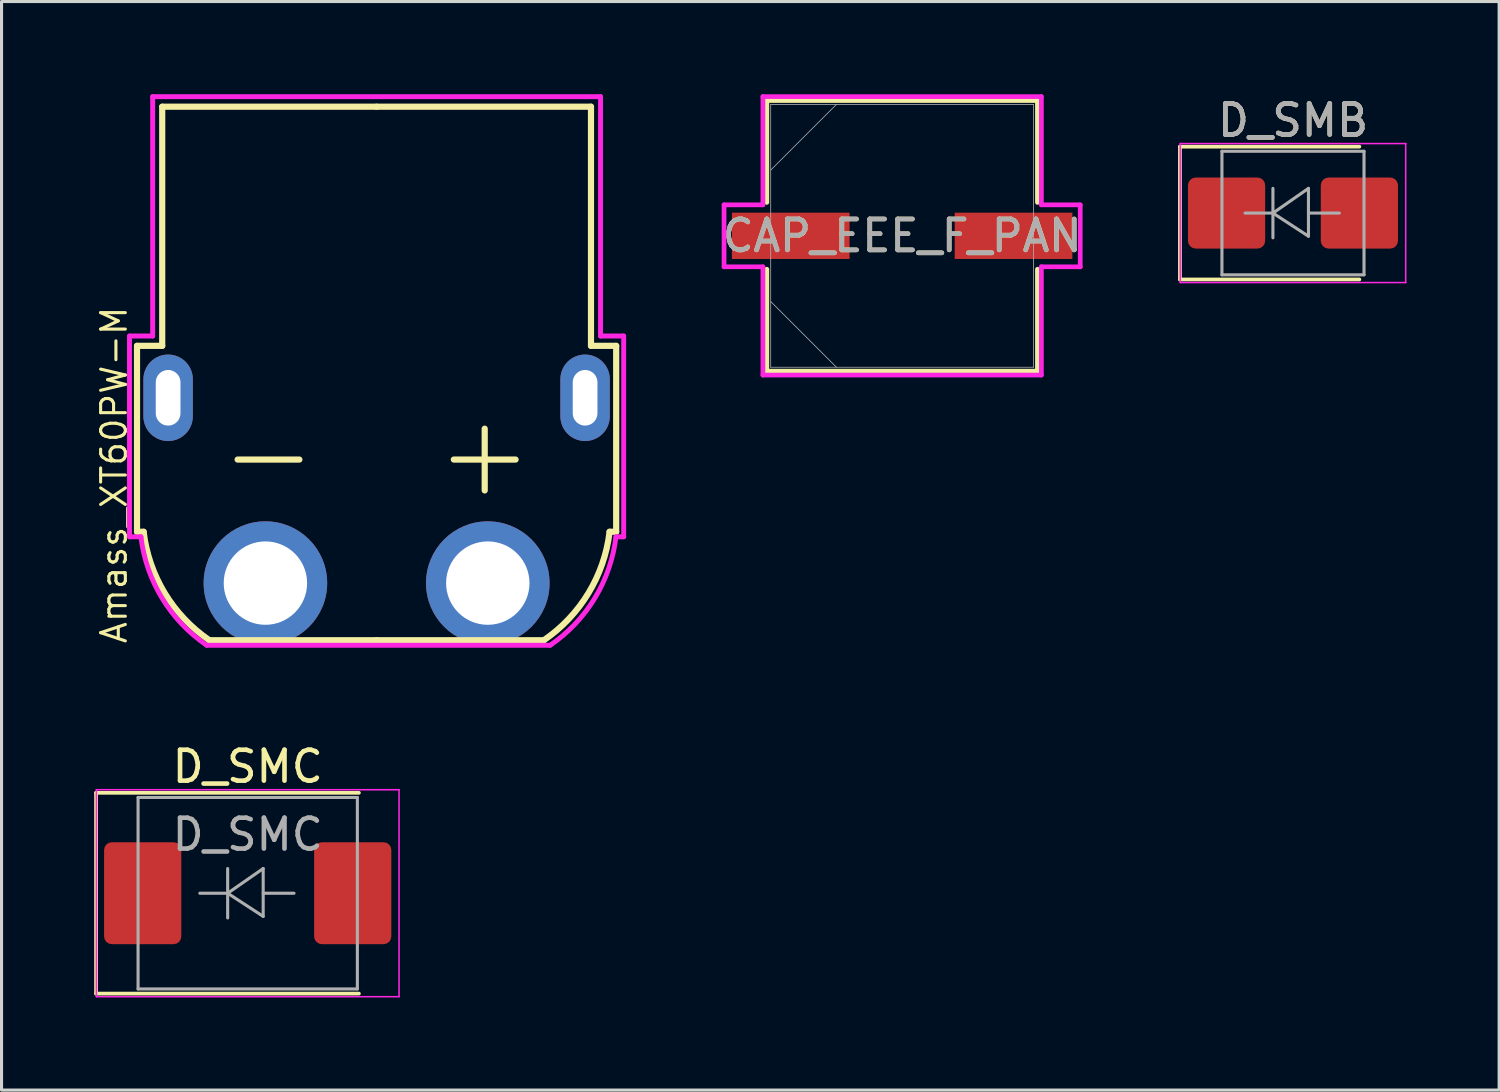
<source format=kicad_pcb>
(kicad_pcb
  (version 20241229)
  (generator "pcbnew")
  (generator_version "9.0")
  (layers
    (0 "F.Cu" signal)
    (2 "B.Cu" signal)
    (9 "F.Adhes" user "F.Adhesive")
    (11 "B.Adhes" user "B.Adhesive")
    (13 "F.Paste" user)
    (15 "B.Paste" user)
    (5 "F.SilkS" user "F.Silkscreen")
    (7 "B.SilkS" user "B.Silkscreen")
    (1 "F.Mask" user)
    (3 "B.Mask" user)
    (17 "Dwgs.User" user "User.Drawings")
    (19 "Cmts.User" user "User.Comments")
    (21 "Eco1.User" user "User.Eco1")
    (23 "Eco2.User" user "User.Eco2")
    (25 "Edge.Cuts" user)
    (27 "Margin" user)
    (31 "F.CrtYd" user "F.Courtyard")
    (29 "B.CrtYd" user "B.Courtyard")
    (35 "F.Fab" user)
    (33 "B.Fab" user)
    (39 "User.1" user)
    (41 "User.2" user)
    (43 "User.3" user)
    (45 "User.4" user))
  (footprint "Amass_XT60PW-M"
    (layer "F.Cu")
    (at 9.143 15.829)
    (property "Reference" "Amass_XT60PW-M" (at -8.5 -3.5 90) (layer "F.SilkS") (effects (font (size 0.8 0.8) (thickness 0.1))))
    (attr through_hole)
    (fp_line (start -7.757 -7.682) (end -7.757 -1.662) (stroke (width 0.2) (type solid)) (layer "F.SilkS"))
    (fp_line (start -7.757 -1.662) (end -7.543 -1.662) (stroke (width 0.2) (type solid)) (layer "F.SilkS"))
    (fp_line (start -6.941 -15.424) (end -6.941 -7.682) (stroke (width 0.2) (type solid)) (layer "F.SilkS"))
    (fp_line (start -6.941 -15.424) (end 0 -15.424) (stroke (width 0.2) (type solid)) (layer "F.SilkS"))
    (fp_line (start -6.941 -7.682) (end -7.757 -7.682) (stroke (width 0.2) (type solid)) (layer "F.SilkS"))
    (fp_line (start -5.413 1.85) (end 0 1.85) (stroke (width 0.2) (type solid)) (layer "F.SilkS"))
    (fp_line (start -4.5 -4) (end -2.5 -4) (stroke (width 0.2) (type solid)) (layer "F.SilkS"))
    (fp_line (start 2.5 -4) (end 4.5 -4) (stroke (width 0.2) (type solid)) (layer "F.SilkS"))
    (fp_line (start 3.5 -5) (end 3.5 -3) (stroke (width 0.2) (type solid)) (layer "F.SilkS"))
    (fp_line (start 5.413 1.85) (end 0 1.85) (stroke (width 0.2) (type solid)) (layer "F.SilkS"))
    (fp_line (start 6.941 -15.424) (end 0 -15.424) (stroke (width 0.2) (type solid)) (layer "F.SilkS"))
    (fp_line (start 6.941 -15.424) (end 6.941 -7.682) (stroke (width 0.2) (type solid)) (layer "F.SilkS"))
    (fp_line (start 6.941 -7.682) (end 7.757 -7.682) (stroke (width 0.2) (type solid)) (layer "F.SilkS"))
    (fp_line (start 7.757 -7.682) (end 7.757 -1.662) (stroke (width 0.2) (type solid)) (layer "F.SilkS"))
    (fp_line (start 7.757 -1.662) (end 7.543 -1.662) (stroke (width 0.2) (type solid)) (layer "F.SilkS"))
    (fp_arc (start -5.413054 1.85) (mid -6.858863 0.324953) (end -7.543269 -1.661935) (stroke (width 0.2) (type solid)) (layer "F.SilkS"))
    (fp_arc (start 7.543269 -1.661935) (mid 6.858863 0.324952) (end 5.413054 1.85) (stroke (width 0.2) (type solid)) (layer "F.SilkS"))
    (fp_line (start -8 -8) (end -7.25 -8) (stroke (width 0.159) (type solid)) (layer "F.CrtYd"))
    (fp_line (start -8 -1.5) (end -8 -8) (stroke (width 0.159) (type solid)) (layer "F.CrtYd"))
    (fp_line (start -8 -1.5) (end -7.63 -1.5) (stroke (width 0.159) (type solid)) (layer "F.CrtYd"))
    (fp_line (start -7.25 -15.75) (end -7.25 -8) (stroke (width 0.159) (type solid)) (layer "F.CrtYd"))
    (fp_line (start 5.62 2.012) (end -5.5 2.012) (stroke (width 0.159) (type solid)) (layer "F.CrtYd"))
    (fp_line (start 7.25 -15.75) (end -7.25 -15.75) (stroke (width 0.159) (type solid)) (layer "F.CrtYd"))
    (fp_line (start 7.25 -15.75) (end 7.25 -8) (stroke (width 0.159) (type solid)) (layer "F.CrtYd"))
    (fp_line (start 8 -8) (end 7.25 -8) (stroke (width 0.159) (type solid)) (layer "F.CrtYd"))
    (fp_line (start 8 -1.5) (end 7.75 -1.5) (stroke (width 0.159) (type solid)) (layer "F.CrtYd"))
    (fp_line (start 8 -1.5) (end 8 -8) (stroke (width 0.159) (type solid)) (layer "F.CrtYd"))
    (fp_arc (start -5.5 2.011935) (mid -6.945808 0.486887) (end -7.630215 -1.5) (stroke (width 0.159) (type solid)) (layer "F.CrtYd"))
    (fp_arc (start 7.75 -1.5) (mid 7.065593 0.486887) (end 5.619785 2.011935) (stroke (width 0.159) (type solid)) (layer "F.CrtYd"))
    (pad "" thru_hole oval (at -6.75 -6) (size 1.6 2.8) (drill oval 0.8 1.8) (layers "*.Cu" "*.Mask"))
    (pad "" thru_hole oval (at 6.75 -6) (size 1.6 2.8) (drill oval 0.8 1.8) (layers "*.Cu" "*.Mask"))
    (pad "1" thru_hole circle (at -3.6 0) (size 4 4) (drill 2.7) (layers "*.Cu" "*.Mask"))
    (pad "2" thru_hole circle (at 3.6 0) (size 4 4) (drill 2.7) (layers "*.Cu" "*.Mask")))
  (footprint "D_SMB"
    (layer "F.Cu")
    (at 38.812 3.848)
    (property "Reference" "D_SMB" (at 0 -3 0) (layer "F.SilkS") (effects (font (size 1 1) (thickness 0.15))))
    (attr smd)
    (fp_line (start -3.66 -2.15) (end -3.66 2.15) (stroke (width 0.12) (type solid)) (layer "F.SilkS"))
    (fp_line (start -3.66 -2.15) (end 2.15 -2.15) (stroke (width 0.12) (type solid)) (layer "F.SilkS"))
    (fp_line (start -3.66 2.15) (end 2.15 2.15) (stroke (width 0.12) (type solid)) (layer "F.SilkS"))
    (fp_line (start -3.65 -2.25) (end 3.65 -2.25) (stroke (width 0.05) (type solid)) (layer "F.CrtYd"))
    (fp_line (start -3.65 2.25) (end -3.65 -2.25) (stroke (width 0.05) (type solid)) (layer "F.CrtYd"))
    (fp_line (start 3.65 -2.25) (end 3.65 2.25) (stroke (width 0.05) (type solid)) (layer "F.CrtYd"))
    (fp_line (start 3.65 2.25) (end -3.65 2.25) (stroke (width 0.05) (type solid)) (layer "F.CrtYd"))
    (fp_line (start -2.3 2) (end -2.3 -2) (stroke (width 0.1) (type solid)) (layer "F.Fab"))
    (fp_line (start -0.649 -0.799) (end -0.649 0.801) (stroke (width 0.1) (type solid)) (layer "F.Fab"))
    (fp_line (start -0.649 0.001) (end -1.551 0.001) (stroke (width 0.1) (type solid)) (layer "F.Fab"))
    (fp_line (start -0.649 0.001) (end 0.501 -0.799) (stroke (width 0.1) (type solid)) (layer "F.Fab"))
    (fp_line (start -0.649 0.001) (end 0.501 0.75) (stroke (width 0.1) (type solid)) (layer "F.Fab"))
    (fp_line (start 0.501 0.001) (end 1.499 0.001) (stroke (width 0.1) (type solid)) (layer "F.Fab"))
    (fp_line (start 0.501 0.75) (end 0.501 -0.799) (stroke (width 0.1) (type solid)) (layer "F.Fab"))
    (fp_line (start 2.3 -2) (end -2.3 -2) (stroke (width 0.1) (type solid)) (layer "F.Fab"))
    (fp_line (start 2.3 -2) (end 2.3 2) (stroke (width 0.1) (type solid)) (layer "F.Fab"))
    (fp_line (start 2.3 2) (end -2.3 2) (stroke (width 0.1) (type solid)) (layer "F.Fab"))
    (fp_text user "${REFERENCE}" (at 0 -3 0) (layer "F.Fab") (effects (font (size 1 1) (thickness 0.15))))
    (pad "1" smd roundrect (at -2.15 0) (size 2.5 2.3) (layers "F.Cu" "F.Mask" "F.Paste") (roundrect_rratio 0.109))
    (pad "2" smd roundrect (at 2.15 0) (size 2.5 2.3) (layers "F.Cu" "F.Mask" "F.Paste") (roundrect_rratio 0.109)))
  (footprint "CAP_EEE_F_PAN"
    (layer "F.Cu")
    (at 26.158 4.585)
    (property "Reference" "CAP_EEE_F_PAN" (at 0 0 0) (unlocked yes) (layer "F.SilkS") (effects (font (size 1 1) (thickness 0.15))))
    (attr smd)
    (fp_line (start -4.381 -4.381) (end -4.381 -1.082) (stroke (width 0.152) (type solid)) (layer "F.SilkS"))
    (fp_line (start -4.381 1.082) (end -4.381 4.381) (stroke (width 0.152) (type solid)) (layer "F.SilkS"))
    (fp_line (start -4.381 4.381) (end 4.381 4.381) (stroke (width 0.152) (type solid)) (layer "F.SilkS"))
    (fp_line (start 4.381 -4.381) (end -4.381 -4.381) (stroke (width 0.152) (type solid)) (layer "F.SilkS"))
    (fp_line (start 4.381 -1.082) (end 4.381 -4.381) (stroke (width 0.152) (type solid)) (layer "F.SilkS"))
    (fp_line (start 4.381 4.381) (end 4.381 1.082) (stroke (width 0.152) (type solid)) (layer "F.SilkS"))
    (fp_line (start -5.766 -1.003) (end -4.508 -1.003) (stroke (width 0.152) (type solid)) (layer "F.CrtYd"))
    (fp_line (start -5.766 1.003) (end -5.766 -1.003) (stroke (width 0.152) (type solid)) (layer "F.CrtYd"))
    (fp_line (start -4.508 -4.508) (end 4.508 -4.508) (stroke (width 0.152) (type solid)) (layer "F.CrtYd"))
    (fp_line (start -4.508 -1.003) (end -4.508 -4.508) (stroke (width 0.152) (type solid)) (layer "F.CrtYd"))
    (fp_line (start -4.508 1.003) (end -5.766 1.003) (stroke (width 0.152) (type solid)) (layer "F.CrtYd"))
    (fp_line (start -4.508 4.508) (end -4.508 1.003) (stroke (width 0.152) (type solid)) (layer "F.CrtYd"))
    (fp_line (start 4.508 -4.508) (end 4.508 -1.003) (stroke (width 0.152) (type solid)) (layer "F.CrtYd"))
    (fp_line (start 4.508 -1.003) (end 5.766 -1.003) (stroke (width 0.152) (type solid)) (layer "F.CrtYd"))
    (fp_line (start 4.508 1.003) (end 4.508 4.508) (stroke (width 0.152) (type solid)) (layer "F.CrtYd"))
    (fp_line (start 4.508 4.508) (end -4.508 4.508) (stroke (width 0.152) (type solid)) (layer "F.CrtYd"))
    (fp_line (start 5.766 -1.003) (end 5.766 1.003) (stroke (width 0.152) (type solid)) (layer "F.CrtYd"))
    (fp_line (start 5.766 1.003) (end 4.508 1.003) (stroke (width 0.152) (type solid)) (layer "F.CrtYd"))
    (fp_line (start -4.255 -4.255) (end -4.255 4.255) (stroke (width 0.025) (type solid)) (layer "F.Fab"))
    (fp_line (start -4.255 -2.127) (end -2.127 -4.255) (stroke (width 0.025) (type solid)) (layer "F.Fab"))
    (fp_line (start -4.255 2.127) (end -2.127 4.255) (stroke (width 0.025) (type solid)) (layer "F.Fab"))
    (fp_line (start -4.255 4.255) (end 4.255 4.255) (stroke (width 0.025) (type solid)) (layer "F.Fab"))
    (fp_line (start 4.255 -4.255) (end -4.255 -4.255) (stroke (width 0.025) (type solid)) (layer "F.Fab"))
    (fp_line (start 4.255 4.255) (end 4.255 -4.255) (stroke (width 0.025) (type solid)) (layer "F.Fab"))
    (fp_text user "${REFERENCE}" (at 0 0 0) (unlocked yes) (layer "F.Fab") (effects (font (size 1 1) (thickness 0.15))))
    (pad "1" smd rect (at -3.607 0) (size 3.81 1.499) (layers "F.Cu" "F.Mask" "F.Paste"))
    (pad "2" smd rect (at 3.607 0) (size 3.81 1.499) (layers "F.Cu" "F.Mask" "F.Paste")))
  (footprint "D_SMC"
    (layer "F.Cu")
    (at 4.97 25.869)
    (property "Reference" "D_SMC" (at 0 -4.1 0) (layer "F.SilkS") (effects (font (size 1 1) (thickness 0.15))))
    (attr smd)
    (fp_line (start -4.91 -3.25) (end 3.6 -3.25) (stroke (width 0.12) (type solid)) (layer "F.SilkS"))
    (fp_line (start -4.91 3.25) (end -4.91 -3.25) (stroke (width 0.12) (type solid)) (layer "F.SilkS"))
    (fp_line (start -4.91 3.25) (end 3.6 3.25) (stroke (width 0.12) (type solid)) (layer "F.SilkS"))
    (fp_line (start -4.9 -3.35) (end 4.9 -3.35) (stroke (width 0.05) (type solid)) (layer "F.CrtYd"))
    (fp_line (start -4.9 3.35) (end -4.9 -3.35) (stroke (width 0.05) (type solid)) (layer "F.CrtYd"))
    (fp_line (start 4.9 -3.35) (end 4.9 3.35) (stroke (width 0.05) (type solid)) (layer "F.CrtYd"))
    (fp_line (start 4.9 3.35) (end -4.9 3.35) (stroke (width 0.05) (type solid)) (layer "F.CrtYd"))
    (fp_line (start -3.55 3.1) (end -3.55 -3.1) (stroke (width 0.1) (type solid)) (layer "F.Fab"))
    (fp_line (start -0.649 -0.799) (end -0.649 0.801) (stroke (width 0.1) (type solid)) (layer "F.Fab"))
    (fp_line (start -0.649 0.001) (end -1.551 0.001) (stroke (width 0.1) (type solid)) (layer "F.Fab"))
    (fp_line (start -0.649 0.001) (end 0.501 -0.799) (stroke (width 0.1) (type solid)) (layer "F.Fab"))
    (fp_line (start -0.649 0.001) (end 0.501 0.75) (stroke (width 0.1) (type solid)) (layer "F.Fab"))
    (fp_line (start 0.501 0.001) (end 1.499 0.001) (stroke (width 0.1) (type solid)) (layer "F.Fab"))
    (fp_line (start 0.501 0.75) (end 0.501 -0.799) (stroke (width 0.1) (type solid)) (layer "F.Fab"))
    (fp_line (start 3.55 -3.1) (end -3.55 -3.1) (stroke (width 0.1) (type solid)) (layer "F.Fab"))
    (fp_line (start 3.55 -3.1) (end 3.55 3.1) (stroke (width 0.1) (type solid)) (layer "F.Fab"))
    (fp_line (start 3.55 3.1) (end -3.55 3.1) (stroke (width 0.1) (type solid)) (layer "F.Fab"))
    (fp_text user "${REFERENCE}" (at 0 -1.9 0) (layer "F.Fab") (effects (font (size 1 1) (thickness 0.15))))
    (pad "1" smd roundrect (at -3.4 0 90) (size 3.3 2.5) (layers "F.Cu" "F.Mask" "F.Paste") (roundrect_rratio 0.1))
    (pad "2" smd roundrect (at 3.4 0 90) (size 3.3 2.5) (layers "F.Cu" "F.Mask" "F.Paste") (roundrect_rratio 0.1)))
  (gr_rect
    (start -3 -3)
    (end 45.487 32.244)
    (stroke (width 0.1) (type default))
    (fill no)
    (layer "Edge.Cuts")))
</source>
